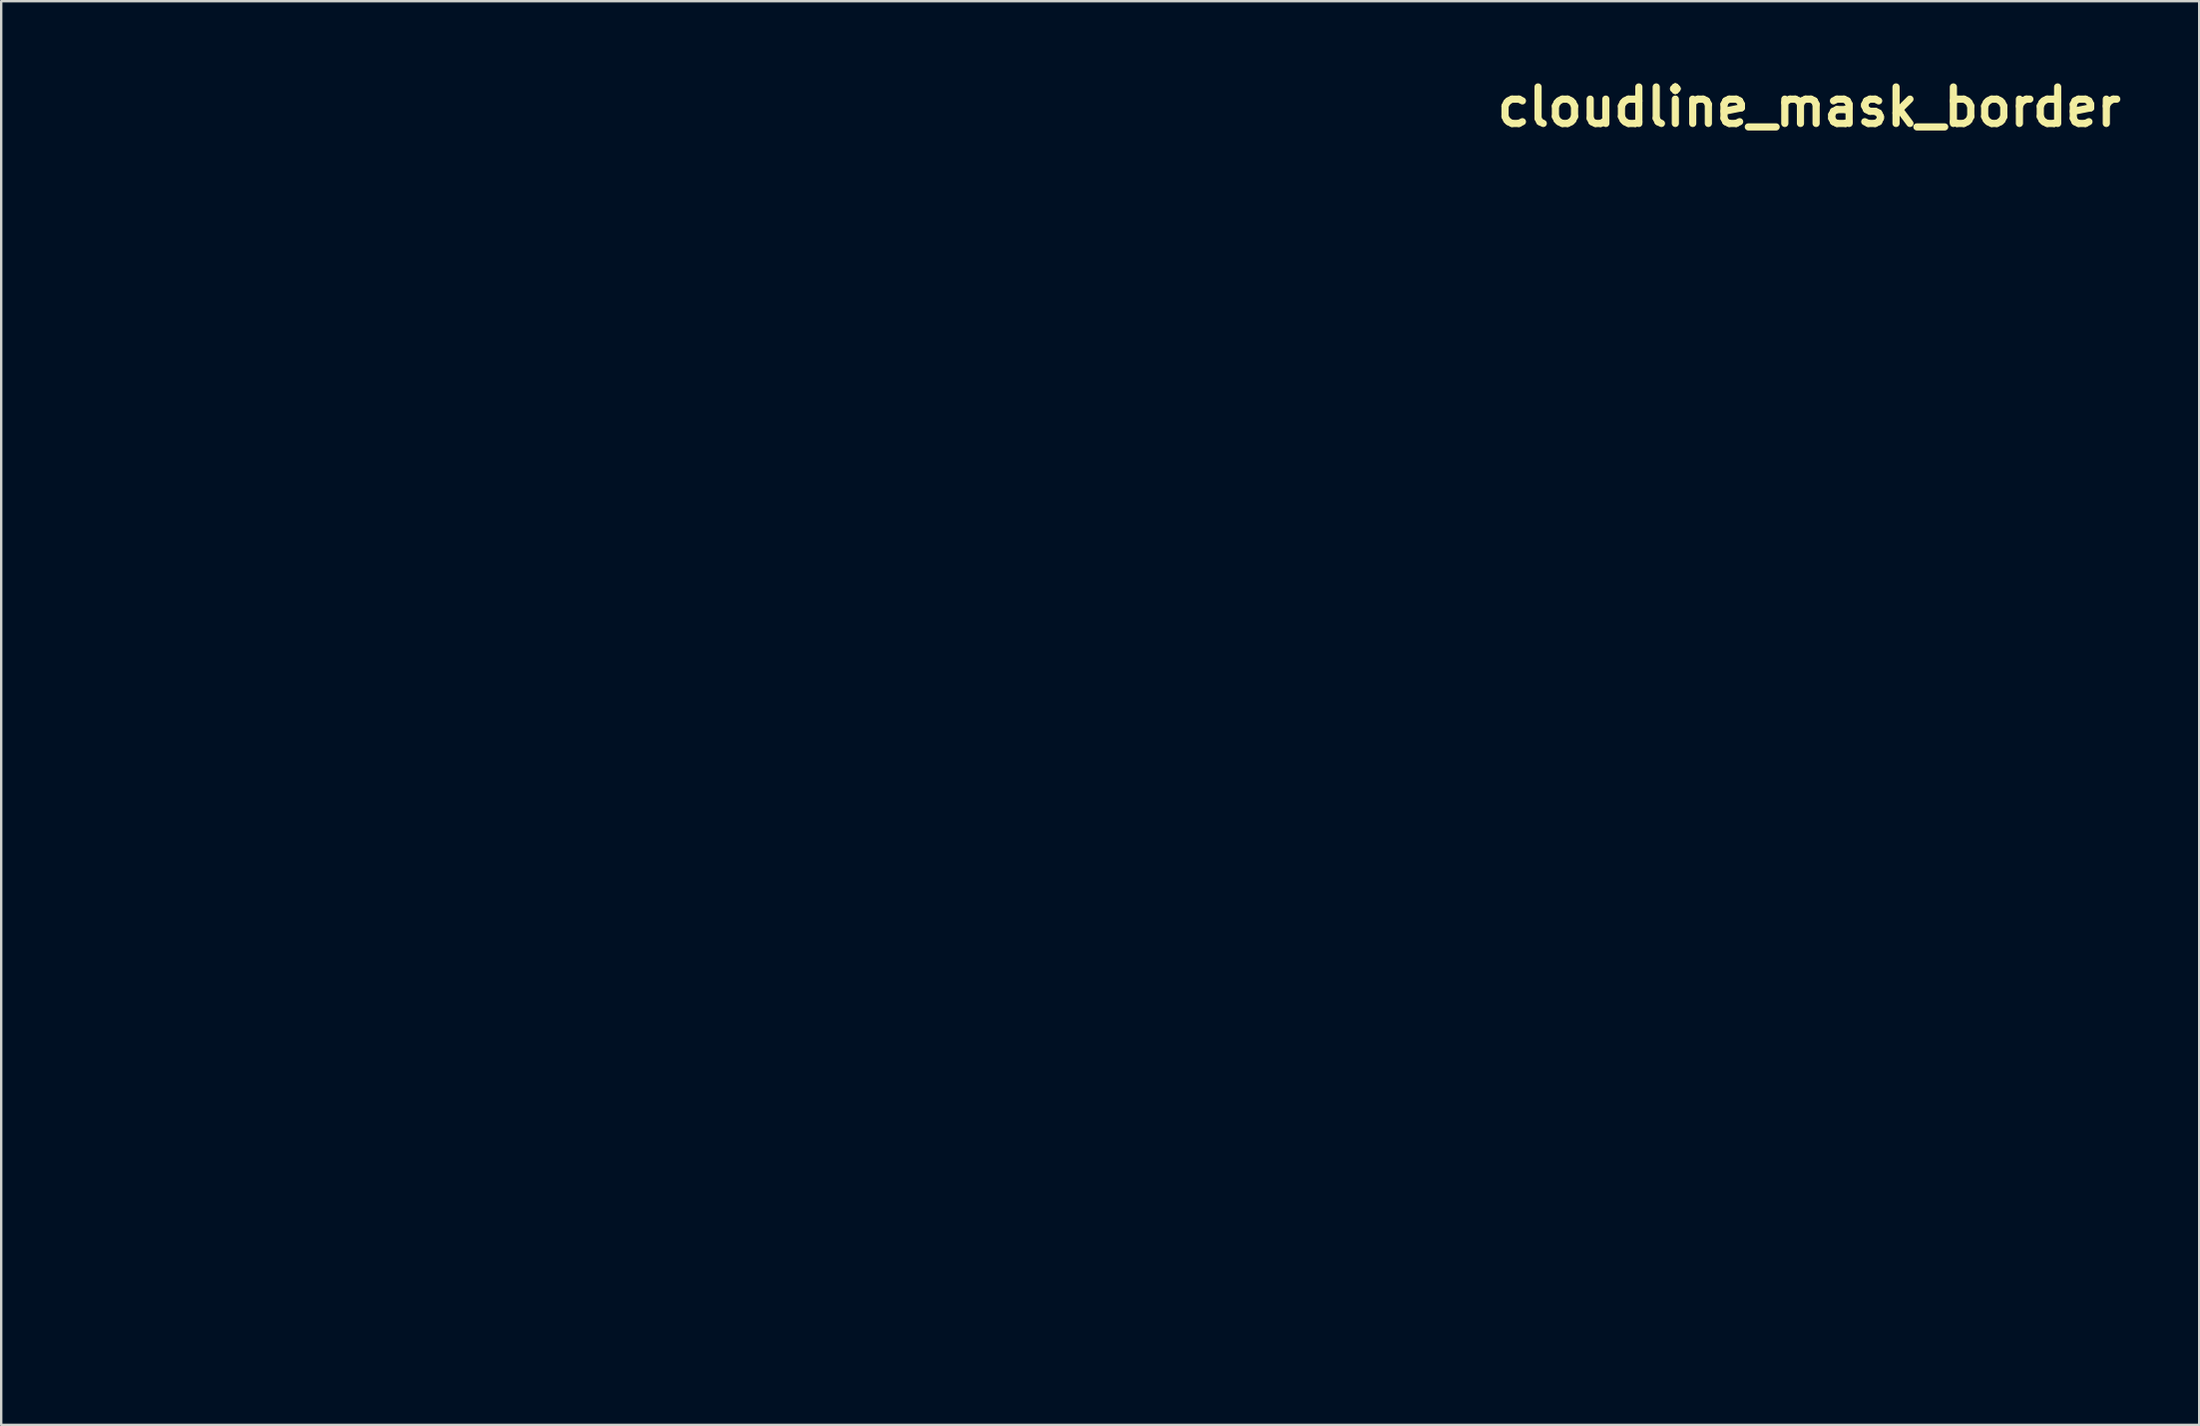
<source format=kicad_pcb>
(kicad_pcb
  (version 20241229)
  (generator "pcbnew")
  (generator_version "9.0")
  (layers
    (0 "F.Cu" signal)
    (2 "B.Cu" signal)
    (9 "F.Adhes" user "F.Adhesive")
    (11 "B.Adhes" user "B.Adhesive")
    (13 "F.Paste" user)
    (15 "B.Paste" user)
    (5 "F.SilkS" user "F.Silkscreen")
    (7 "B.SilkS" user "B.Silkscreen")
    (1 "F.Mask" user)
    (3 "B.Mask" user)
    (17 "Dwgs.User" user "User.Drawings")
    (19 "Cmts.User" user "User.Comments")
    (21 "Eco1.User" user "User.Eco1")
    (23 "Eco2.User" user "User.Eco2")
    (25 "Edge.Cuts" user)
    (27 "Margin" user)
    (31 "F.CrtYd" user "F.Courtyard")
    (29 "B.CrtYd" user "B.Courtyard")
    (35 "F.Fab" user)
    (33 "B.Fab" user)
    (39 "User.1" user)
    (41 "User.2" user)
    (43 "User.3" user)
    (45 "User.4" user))
  (footprint "cloudline_mask_border"
    (layer "F.Cu")
    (at 72.5 1.418)
    (property "Reference" "cloudline_mask_border" (at 0 0 0) (layer "F.SilkS") (effects (font (size 1.524 1.524) (thickness 0.3))))
    (attr through_hole)
    (fp_poly (pts (xy -62.14 47.036) (xy -62.022 47.108) (xy -61.884 47.198) (xy -61.788 47.208) (xy -61.664 47.135) (xy -61.619 47.104) (xy -61.341 46.974) (xy -61.066 46.962) (xy -60.823 47.054) (xy -60.642 47.237) (xy -60.552 47.498) (xy -60.547 47.583) (xy -60.587 47.834) (xy -60.723 48.023) (xy -60.898 48.188) (xy -60.723 48.397) (xy -60.596 48.628) (xy -60.548 48.895) (xy -60.584 49.14) (xy -60.639 49.241) (xy -60.868 49.438) (xy -61.14 49.509) (xy -61.422 49.453) (xy -61.609 49.335) (xy -61.828 49.151) (xy -62.047 49.335) (xy -62.248 49.46) (xy -62.448 49.519) (xy -62.468 49.519) (xy -62.663 49.472) (xy -62.868 49.353) (xy -62.89 49.335) (xy -63.065 49.105) (xy -63.117 48.835) (xy -63.042 48.558) (xy -62.938 48.404) (xy -62.768 48.206) (xy -62.938 48.003) (xy -63.087 47.743) (xy -63.115 47.491) (xy -63.041 47.266) (xy -62.886 47.088) (xy -62.671 46.977) (xy -62.416 46.953)) (stroke (width 0) (type solid)) (fill yes) (layer "F.Mask"))
    (fp_poly (pts (xy -52.363 44.706) (xy -52.001 44.791) (xy -51.636 44.972) (xy -51.273 45.256) (xy -50.945 45.609) (xy -50.689 45.996) (xy -50.59 46.211) (xy -50.456 46.748) (xy -50.43 47.338) (xy -50.508 47.946) (xy -50.685 48.536) (xy -50.946 49.057) (xy -51.198 49.403) (xy -51.533 49.781) (xy -51.91 50.152) (xy -52.29 50.475) (xy -52.463 50.601) (xy -52.984 50.898) (xy -53.533 51.103) (xy -54.08 51.208) (xy -54.593 51.205) (xy -54.815 51.164) (xy -55.024 51.124) (xy -55.208 51.129) (xy -55.432 51.183) (xy -55.564 51.226) (xy -55.945 51.319) (xy -56.352 51.361) (xy -56.738 51.351) (xy -57.052 51.287) (xy -57.105 51.267) (xy -57.368 51.09) (xy -57.521 50.851) (xy -57.559 50.583) (xy -57.474 50.314) (xy -57.351 50.154) (xy -57.183 50.021) (xy -57.023 49.95) (xy -56.99 49.946) (xy -56.906 49.937) (xy -56.913 49.893) (xy -57.021 49.792) (xy -57.068 49.752) (xy -57.439 49.353) (xy -57.741 48.859) (xy -57.964 48.3) (xy -58.101 47.708) (xy -58.138 47.196) (xy -56.849 47.196) (xy -56.82 47.61) (xy -56.694 48.03) (xy -56.669 48.087) (xy -56.527 48.356) (xy -56.363 48.621) (xy -56.278 48.737) (xy -56.152 48.911) (xy -56.076 49.046) (xy -56.065 49.084) (xy -56.006 49.161) (xy -55.861 49.249) (xy -55.834 49.262) (xy -55.63 49.365) (xy -55.462 49.473) (xy -55.46 49.474) (xy -55.373 49.539) (xy -55.299 49.561) (xy -55.208 49.53) (xy -55.071 49.433) (xy -54.857 49.26) (xy -54.826 49.235) (xy -54.625 49.06) (xy -54.471 48.905) (xy -54.396 48.804) (xy -54.395 48.802) (xy -54.393 48.669) (xy -54.436 48.469) (xy -54.463 48.384) (xy -54.556 47.955) (xy -54.532 47.558) (xy -54.402 47.214) (xy -54.176 46.94) (xy -53.865 46.756) (xy -53.567 46.689) (xy -53.178 46.711) (xy -52.855 46.848) (xy -52.609 47.082) (xy -52.451 47.396) (xy -52.39 47.773) (xy -52.439 48.197) (xy -52.495 48.389) (xy -52.574 48.666) (xy -52.59 48.848) (xy -52.545 48.925) (xy -52.445 48.886) (xy -52.335 48.772) (xy -52.019 48.305) (xy -51.815 47.82) (xy -51.729 47.339) (xy -51.765 46.882) (xy -51.866 46.585) (xy -52.081 46.263) (xy -52.362 46.051) (xy -52.691 45.963) (xy -52.743 45.962) (xy -52.997 45.983) (xy -53.224 46.06) (xy -53.463 46.212) (xy -53.712 46.42) (xy -53.975 46.628) (xy -54.182 46.729) (xy -54.286 46.745) (xy -54.471 46.699) (xy -54.698 46.556) (xy -54.861 46.42) (xy -55.144 46.187) (xy -55.379 46.046) (xy -55.607 45.978) (xy -55.83 45.962) (xy -56.161 46.026) (xy -56.436 46.202) (xy -56.649 46.471) (xy -56.789 46.809) (xy -56.849 47.196) (xy -58.138 47.196) (xy -58.144 47.114) (xy -58.084 46.551) (xy -57.985 46.211) (xy -57.78 45.82) (xy -57.487 45.444) (xy -57.139 45.118) (xy -56.772 44.876) (xy -56.572 44.791) (xy -56.072 44.69) (xy -55.54 44.696) (xy -55.027 44.804) (xy -54.691 44.946) (xy -54.286 45.166) (xy -53.882 44.946) (xy -53.414 44.766) (xy -52.892 44.684)) (stroke (width 0) (type solid)) (fill yes) (layer "F.Mask"))
    (fp_poly (pts (xy -66.622 44.034) (xy -66.441 44.199) (xy -66.329 44.422) (xy -66.31 44.555) (xy -66.33 44.731) (xy -66.398 44.906) (xy -66.533 45.106) (xy -66.751 45.361) (xy -66.88 45.499) (xy -67.115 45.761) (xy -67.338 46.03) (xy -67.528 46.279) (xy -67.665 46.483) (xy -67.731 46.614) (xy -67.733 46.632) (xy -67.673 46.71) (xy -67.527 46.791) (xy -67.506 46.799) (xy -67.331 46.848) (xy -67.216 46.821) (xy -67.169 46.785) (xy -66.928 46.656) (xy -66.644 46.634) (xy -66.493 46.672) (xy -66.329 46.711) (xy -66.202 46.661) (xy -66.124 46.594) (xy -65.955 46.358) (xy -65.8 45.982) (xy -65.692 45.606) (xy -65.586 45.383) (xy -65.379 45.222) (xy -65.088 45.128) (xy -64.814 45.175) (xy -64.561 45.357) (xy -64.416 45.589) (xy -64.406 45.847) (xy -64.531 46.115) (xy -64.579 46.176) (xy -64.714 46.367) (xy -64.865 46.623) (xy -64.962 46.811) (xy -65.137 47.108) (xy -65.378 47.422) (xy -65.549 47.605) (xy -65.943 47.99) (xy -65.806 48.158) (xy -65.7 48.344) (xy -65.684 48.55) (xy -65.76 48.815) (xy -65.811 48.935) (xy -65.959 49.176) (xy -66.166 49.333) (xy -66.243 49.371) (xy -66.459 49.504) (xy -66.636 49.674) (xy -66.669 49.721) (xy -66.768 49.848) (xy -66.908 49.943) (xy -67.128 50.03) (xy -67.321 50.088) (xy -67.606 50.176) (xy -67.862 50.265) (xy -68.036 50.337) (xy -68.041 50.34) (xy -68.338 50.438) (xy -68.586 50.407) (xy -68.775 50.252) (xy -68.868 50.064) (xy -68.91 49.873) (xy -68.908 49.726) (xy -68.905 49.717) (xy -68.924 49.614) (xy -69.012 49.57) (xy -69.085 49.568) (xy -69.158 49.616) (xy -69.246 49.734) (xy -69.363 49.942) (xy -69.523 50.255) (xy -69.699 50.594) (xy -69.882 50.929) (xy -70.046 51.214) (xy -70.134 51.353) (xy -70.434 51.711) (xy -70.776 51.951) (xy -71.143 52.067) (xy -71.518 52.052) (xy -71.776 51.961) (xy -72.058 51.751) (xy -72.29 51.443) (xy -72.446 51.082) (xy -72.5 50.721) (xy -72.486 50.635) (xy -71.349 50.635) (xy -71.315 50.63) (xy -71.227 50.508) (xy -71.09 50.274) (xy -70.934 49.982) (xy -70.809 49.731) (xy -70.75 49.587) (xy -70.759 49.555) (xy -70.792 49.588) (xy -70.964 49.816) (xy -71.135 50.096) (xy -71.272 50.369) (xy -71.327 50.515) (xy -71.349 50.635) (xy -72.486 50.635) (xy -72.451 50.414) (xy -72.315 50.04) (xy -72.108 49.626) (xy -71.848 49.204) (xy -71.552 48.8) (xy -71.236 48.446) (xy -71.099 48.316) (xy -71.002 48.239) (xy -68.587 48.239) (xy -68.533 48.308) (xy -68.516 48.31) (xy -68.447 48.256) (xy -68.445 48.239) (xy -68.499 48.17) (xy -68.516 48.168) (xy -68.585 48.222) (xy -68.587 48.239) (xy -71.002 48.239) (xy -70.815 48.089) (xy -70.482 47.861) (xy -70.226 47.711) (xy -69.937 47.539) (xy -69.739 47.377) (xy -69.669 47.281) (xy -69.619 47.151) (xy -69.619 47.1) (xy -69.691 47.135) (xy -69.852 47.226) (xy -70.07 47.356) (xy -70.115 47.384) (xy -70.585 47.659) (xy -71.024 47.891) (xy -71.411 48.072) (xy -71.726 48.19) (xy -71.947 48.238) (xy -71.965 48.239) (xy -72.229 48.18) (xy -72.413 48.023) (xy -72.499 47.801) (xy -72.469 47.544) (xy -72.43 47.457) (xy -72.344 47.38) (xy -72.155 47.253) (xy -71.887 47.093) (xy -71.563 46.914) (xy -71.391 46.823) (xy -70.934 46.573) (xy -70.421 46.273) (xy -69.879 45.94) (xy -69.336 45.592) (xy -68.819 45.246) (xy -68.354 44.921) (xy -67.97 44.633) (xy -67.769 44.468) (xy -67.473 44.227) (xy -67.242 44.074) (xy -67.043 43.994) (xy -66.846 43.97) (xy -66.836 43.97)) (stroke (width 0) (type solid)) (fill yes) (layer "F.Mask"))
    (fp_poly (pts (xy -2.264 44.647) (xy -1.853 44.794) (xy -1.479 45.072) (xy -1.448 45.103) (xy -1.224 45.333) (xy -1.144 45.089) (xy -1.035 44.887) (xy -0.855 44.759) (xy -0.58 44.695) (xy -0.295 44.681) (xy 0.014 44.702) (xy 0.222 44.777) (xy 0.366 44.922) (xy 0.413 45.001) (xy 0.471 45.093) (xy 0.512 45.069) (xy 0.559 44.958) (xy 0.651 44.803) (xy 0.747 44.727) (xy 0.9 44.696) (xy 1.119 44.683) (xy 1.359 44.685) (xy 1.573 44.702) (xy 1.715 44.733) (xy 1.743 44.753) (xy 1.838 44.785) (xy 1.92 44.753) (xy 2.032 44.731) (xy 2.268 44.712) (xy 2.608 44.698) (xy 3.033 44.689) (xy 3.525 44.686) (xy 3.605 44.687) (xy 4.149 44.69) (xy 4.568 44.698) (xy 4.877 44.711) (xy 5.094 44.731) (xy 5.236 44.758) (xy 5.313 44.791) (xy 5.422 44.844) (xy 5.539 44.842) (xy 5.714 44.782) (xy 5.805 44.742) (xy 6.215 44.635) (xy 6.646 44.652) (xy 7.04 44.786) (xy 7.203 44.856) (xy 7.32 44.848) (xy 7.417 44.794) (xy 7.563 44.747) (xy 7.814 44.712) (xy 8.139 44.69) (xy 8.508 44.679) (xy 8.888 44.681) (xy 9.25 44.694) (xy 9.561 44.72) (xy 9.791 44.757) (xy 9.905 44.802) (xy 9.953 44.859) (xy 9.986 44.946) (xy 10.009 45.085) (xy 10.023 45.298) (xy 10.03 45.606) (xy 10.032 46.032) (xy 10.032 46.102) (xy 10.03 46.593) (xy 10.021 46.959) (xy 9.993 47.22) (xy 9.941 47.391) (xy 9.854 47.493) (xy 9.725 47.541) (xy 9.545 47.555) (xy 9.344 47.553) (xy 9.081 47.548) (xy 8.867 47.543) (xy 8.751 47.539) (xy 8.627 47.543) (xy 8.412 47.556) (xy 8.195 47.573) (xy 7.901 47.578) (xy 7.637 47.549) (xy 7.437 47.491) (xy 7.335 47.412) (xy 7.328 47.385) (xy 7.272 47.381) (xy 7.13 47.433) (xy 7.04 47.474) (xy 6.673 47.588) (xy 6.26 47.609) (xy 5.861 47.539) (xy 5.689 47.471) (xy 5.52 47.398) (xy 5.42 47.374) (xy 5.407 47.382) (xy 5.345 47.455) (xy 5.191 47.527) (xy 4.995 47.581) (xy 4.832 47.598) (xy 4.689 47.609) (xy 4.66 47.66) (xy 4.697 47.742) (xy 4.743 47.9) (xy 4.769 48.127) (xy 4.771 48.223) (xy 4.778 48.513) (xy 4.799 48.827) (xy 4.808 48.915) (xy 4.821 49.162) (xy 4.781 49.345) (xy 4.683 49.519) (xy 4.424 49.788) (xy 4.085 49.971) (xy 3.697 50.068) (xy 3.294 50.077) (xy 2.907 49.996) (xy 2.569 49.824) (xy 2.36 49.625) (xy 2.258 49.506) (xy 2.214 49.496) (xy 2.206 49.565) (xy 2.166 49.726) (xy 2.095 49.859) (xy 2.023 49.94) (xy 1.924 49.987) (xy 1.762 50.01) (xy 1.501 50.017) (xy 1.424 50.017) (xy 1.138 50.014) (xy 0.957 49.996) (xy 0.842 49.954) (xy 0.756 49.878) (xy 0.717 49.83) (xy 0.614 49.719) (xy 0.572 49.729) (xy 0.569 49.756) (xy 0.557 49.829) (xy 0.511 49.886) (xy 0.417 49.931) (xy 0.261 49.965) (xy 0.03 49.988) (xy -0.291 50.003) (xy -0.716 50.011) (xy -1.259 50.014) (xy -1.756 50.014) (xy -2.361 50.012) (xy -2.839 50.007) (xy -3.206 50) (xy -3.478 49.99) (xy -3.672 49.974) (xy -3.801 49.953) (xy -3.883 49.926) (xy -3.93 49.896) (xy -3.977 49.839) (xy -4.01 49.751) (xy -4.033 49.611) (xy -4.047 49.397) (xy -4.053 49.086) (xy -4.055 48.659) (xy -4.055 48.589) (xy -4.055 47.705) (xy 1.138 47.705) (xy 1.174 47.741) (xy 1.21 47.705) (xy 1.174 47.669) (xy 1.138 47.705) (xy -4.055 47.705) (xy -4.055 47.395) (xy -3.872 47.251) (xy -3.752 47.14) (xy -3.736 47.053) (xy -3.784 46.968) (xy -3.832 46.912) (xy -3.892 46.893) (xy -3.988 46.919) (xy -4.144 46.999) (xy -4.383 47.142) (xy -4.555 47.247) (xy -4.859 47.431) (xy -5.149 47.599) (xy -5.384 47.728) (xy -5.497 47.785) (xy -5.672 47.881) (xy -5.732 47.974) (xy -5.724 48.037) (xy -5.7 48.182) (xy -5.684 48.407) (xy -5.682 48.553) (xy -5.746 48.99) (xy -5.925 49.375) (xy -6.196 49.692) (xy -6.538 49.927) (xy -6.93 50.065) (xy -7.349 50.093) (xy -7.774 49.996) (xy -7.826 49.975) (xy -8.054 49.848) (xy -8.26 49.691) (xy -8.265 49.686) (xy -8.401 49.571) (xy -8.52 49.541) (xy -8.69 49.582) (xy -8.719 49.592) (xy -9.106 49.649) (xy -9.54 49.59) (xy -9.995 49.42) (xy -10.071 49.381) (xy -10.336 49.261) (xy -10.586 49.183) (xy -10.725 49.164) (xy -10.99 49.098) (xy -11.223 48.927) (xy -11.39 48.686) (xy -11.455 48.41) (xy -11.455 48.404) (xy -11.41 48.107) (xy -11.281 47.905) (xy -11.081 47.815) (xy -11.025 47.812) (xy -10.865 47.784) (xy -10.787 47.673) (xy -10.772 47.616) (xy -10.658 47.312) (xy -10.473 47.004) (xy -10.256 46.752) (xy -10.181 46.689) (xy -10.067 46.627) (xy -9.839 46.522) (xy -9.515 46.381) (xy -9.116 46.212) (xy -8.855 46.104) (xy -0.427 46.104) (xy -0.401 46.163) (xy -0.379 46.152) (xy -0.371 46.067) (xy -0.379 46.057) (xy -0.422 46.067) (xy -0.427 46.104) (xy -8.855 46.104) (xy -8.659 46.023) (xy -8.164 45.82) (xy -7.648 45.612) (xy -7.133 45.406) (xy -6.635 45.21) (xy -6.174 45.031) (xy -5.769 44.877) (xy -5.439 44.755) (xy -5.202 44.673) (xy -5.087 44.641) (xy -4.88 44.645) (xy -4.689 44.75) (xy -4.5 44.966) (xy -4.298 45.309) (xy -4.277 45.35) (xy -4.036 45.821) (xy -3.878 45.482) (xy -3.725 45.201) (xy -3.551 45.004) (xy -3.31 44.846) (xy -3.129 44.758) (xy -2.695 44.633)) (stroke (width 0) (type solid)) (fill yes) (layer "F.Mask")))
  (gr_rect
    (start -3 -3)
    (end 88.788 56.485)
    (stroke (width 0.1) (type default))
    (fill no)
    (layer "Edge.Cuts")))
</source>
